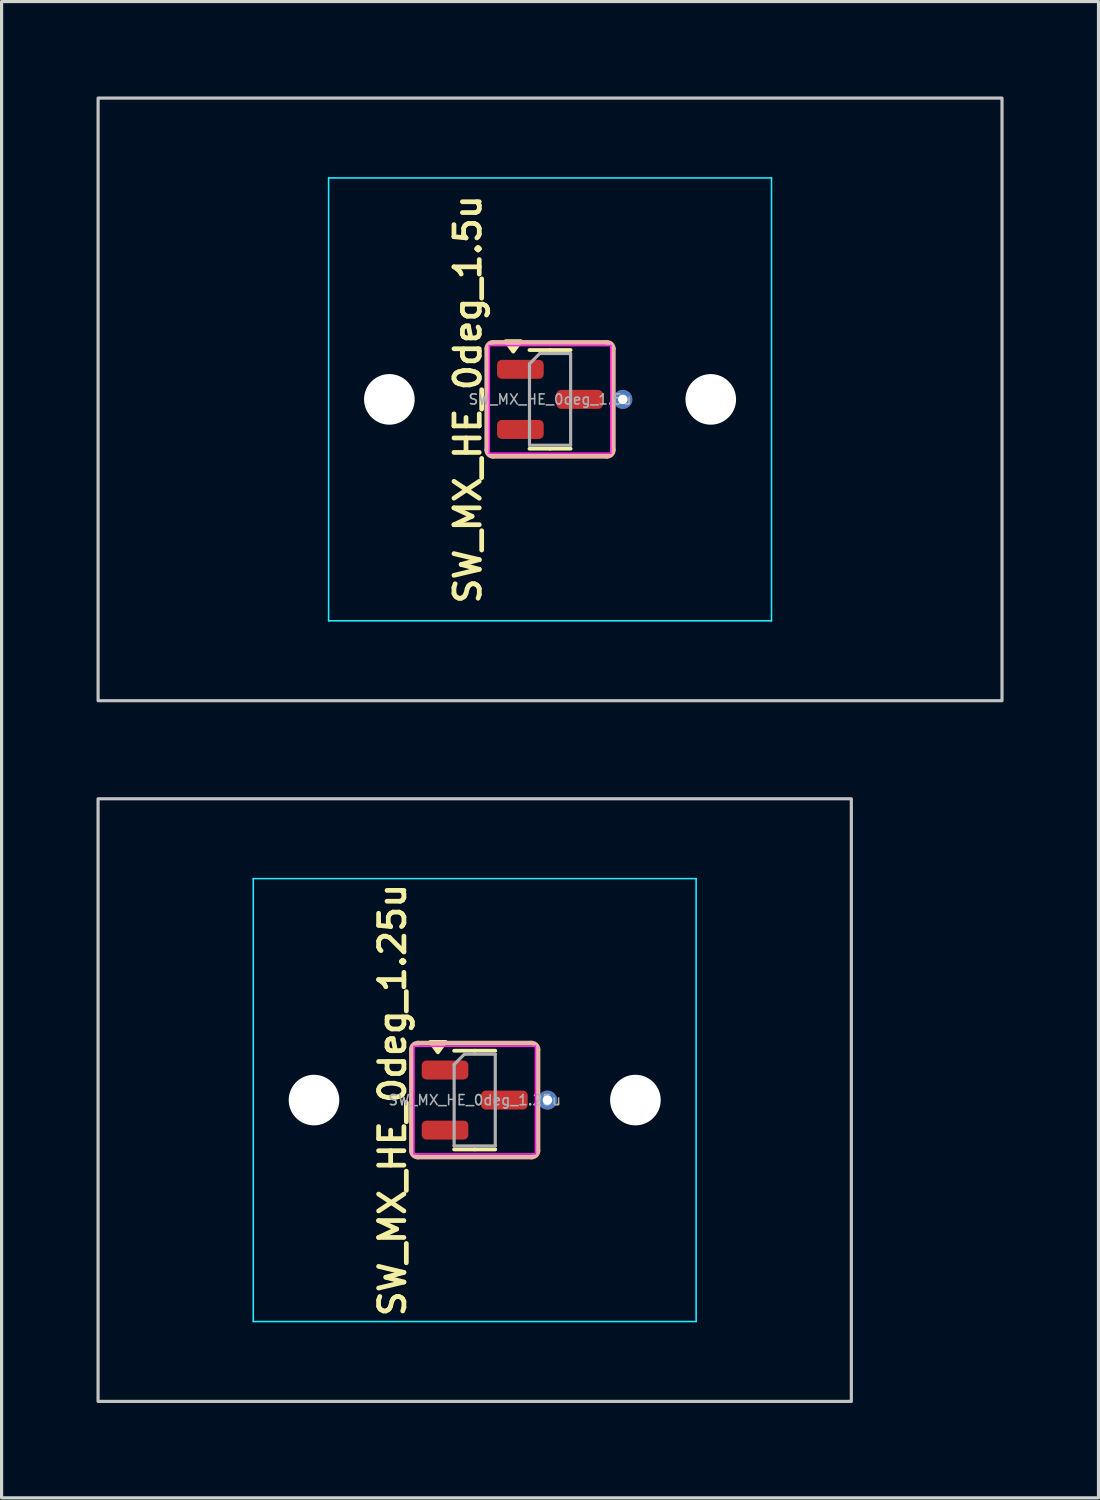
<source format=kicad_pcb>
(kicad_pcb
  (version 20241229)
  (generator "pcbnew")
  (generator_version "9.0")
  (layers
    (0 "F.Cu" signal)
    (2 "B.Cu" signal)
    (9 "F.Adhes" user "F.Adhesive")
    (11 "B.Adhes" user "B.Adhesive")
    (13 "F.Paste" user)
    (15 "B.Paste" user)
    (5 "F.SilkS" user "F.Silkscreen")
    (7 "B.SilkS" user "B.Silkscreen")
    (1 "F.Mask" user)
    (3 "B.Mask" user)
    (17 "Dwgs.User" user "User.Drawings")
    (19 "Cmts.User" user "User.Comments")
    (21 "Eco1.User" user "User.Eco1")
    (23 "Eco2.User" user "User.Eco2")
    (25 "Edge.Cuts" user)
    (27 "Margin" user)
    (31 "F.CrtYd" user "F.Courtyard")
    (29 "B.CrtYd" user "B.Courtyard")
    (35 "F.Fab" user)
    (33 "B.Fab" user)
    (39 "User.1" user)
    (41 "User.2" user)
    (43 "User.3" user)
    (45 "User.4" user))
  (footprint "SW_MX_HE_0deg_1.25u"
    (layer "F.Cu")
    (at 11.956 31.725)
    (property "Reference" "SW_MX_HE_0deg_1.25u" (at -2.6 0 90) (layer "F.SilkS") (effects (font (size 0.8 0.8) (thickness 0.15))))
    (attr smd)
    (fp_line (start 0 -1.56) (end -0.65 -1.56) (stroke (width 0.12) (type solid)) (layer "F.SilkS"))
    (fp_line (start 0 -1.56) (end 0.65 -1.56) (stroke (width 0.12) (type solid)) (layer "F.SilkS"))
    (fp_line (start 0 1.56) (end -0.65 1.56) (stroke (width 0.12) (type solid)) (layer "F.SilkS"))
    (fp_line (start 0 1.56) (end 0.65 1.56) (stroke (width 0.12) (type solid)) (layer "F.SilkS"))
    (fp_poly (pts (xy -1.163 -1.51) (xy -1.403 -1.84) (xy -0.922 -1.84) (xy -1.163 -1.51)) (stroke (width 0.12) (type solid)) (fill yes) (layer "F.SilkS"))
    (fp_line (start -2 -1.6) (end -2 1.6) (stroke (width 0.15) (type default)) (layer "B.SilkS"))
    (fp_line (start -1.8 1.8) (end 1.8 1.8) (stroke (width 0.15) (type default)) (layer "B.SilkS"))
    (fp_line (start 1.8 -1.8) (end -1.8 -1.8) (stroke (width 0.15) (type default)) (layer "B.SilkS"))
    (fp_line (start 2 1.6) (end 2 -1.6) (stroke (width 0.15) (type default)) (layer "B.SilkS"))
    (fp_arc (start -2 -1.6) (mid -1.941421 -1.741421) (end -1.8 -1.8) (stroke (width 0.15) (type default)) (layer "B.SilkS"))
    (fp_arc (start -1.8 1.8) (mid -1.941421 1.741421) (end -2 1.6) (stroke (width 0.15) (type default)) (layer "B.SilkS"))
    (fp_arc (start 1.8 -1.8) (mid 1.941421 -1.741421) (end 2 -1.6) (stroke (width 0.15) (type default)) (layer "B.SilkS"))
    (fp_arc (start 2 1.6) (mid 1.941421 1.741421) (end 1.8 1.8) (stroke (width 0.15) (type default)) (layer "B.SilkS"))
    (fp_rect (start -11.906 -9.525) (end 11.906 9.525) (stroke (width 0.1) (type default)) (fill no) (layer "Dwgs.User"))
    (fp_line (start -7 6.5) (end -7 -6.5) (stroke (width 0.05) (type solid)) (layer "Eco2.User"))
    (fp_line (start -6.5 -7) (end 6.5 -7) (stroke (width 0.05) (type solid)) (layer "Eco2.User"))
    (fp_line (start 6.5 7) (end -6.5 7) (stroke (width 0.05) (type solid)) (layer "Eco2.User"))
    (fp_line (start 7 -6.5) (end 7 6.5) (stroke (width 0.05) (type solid)) (layer "Eco2.User"))
    (fp_arc (start -7 -6.5) (mid -6.853553 -6.853553) (end -6.5 -7) (stroke (width 0.05) (type solid)) (layer "Eco2.User"))
    (fp_arc (start -6.5 7) (mid -6.853553 6.853553) (end -7 6.5) (stroke (width 0.05) (type solid)) (layer "Eco2.User"))
    (fp_arc (start 6.5 -7) (mid 6.853553 -6.853553) (end 7 -6.5) (stroke (width 0.05) (type solid)) (layer "Eco2.User"))
    (fp_arc (start 6.997236 6.498884) (mid 6.850789 6.852437) (end 6.497236 6.998884) (stroke (width 0.05) (type solid)) (layer "Eco2.User"))
    (fp_line (start -7 -7) (end -7 7) (stroke (width 0.05) (type solid)) (layer "B.CrtYd"))
    (fp_line (start -7 7) (end 7 7) (stroke (width 0.05) (type solid)) (layer "B.CrtYd"))
    (fp_line (start 7 -7) (end -7 -7) (stroke (width 0.05) (type solid)) (layer "B.CrtYd"))
    (fp_line (start 7 7) (end 7 -7) (stroke (width 0.05) (type solid)) (layer "B.CrtYd"))
    (fp_line (start -1.92 -1.7) (end -1.92 1.7) (stroke (width 0.05) (type solid)) (layer "F.CrtYd"))
    (fp_line (start -1.92 1.7) (end 1.92 1.7) (stroke (width 0.05) (type solid)) (layer "F.CrtYd"))
    (fp_line (start 1.92 -1.7) (end -1.92 -1.7) (stroke (width 0.05) (type solid)) (layer "F.CrtYd"))
    (fp_line (start 1.92 1.7) (end 1.92 -1.7) (stroke (width 0.05) (type solid)) (layer "F.CrtYd"))
    (fp_line (start -0.65 -1.125) (end -0.325 -1.45) (stroke (width 0.1) (type solid)) (layer "F.Fab"))
    (fp_line (start -0.65 1.45) (end -0.65 -1.125) (stroke (width 0.1) (type solid)) (layer "F.Fab"))
    (fp_line (start -0.325 -1.45) (end 0.65 -1.45) (stroke (width 0.1) (type solid)) (layer "F.Fab"))
    (fp_line (start 0.65 -1.45) (end 0.65 1.45) (stroke (width 0.1) (type solid)) (layer "F.Fab"))
    (fp_line (start 0.65 1.45) (end -0.65 1.45) (stroke (width 0.1) (type solid)) (layer "F.Fab"))
    (fp_text user "${REFERENCE}" (at 0 0 0) (layer "F.Fab") (effects (font (size 0.32 0.32) (thickness 0.05))))
    (pad "" np_thru_hole circle (at -5.08 0) (size 1.6 1.6) (drill 1.7) (layers "*.Cu" "*.Mask"))
    (pad "" np_thru_hole circle (at 5.08 0) (size 1.6 1.6) (drill 1.7) (layers "*.Cu" "*.Mask"))
    (pad "1" smd roundrect (at -0.938 -0.95) (size 1.475 0.6) (layers "F.Cu" "F.Mask" "F.Paste") (roundrect_rratio 0.25))
    (pad "2" smd roundrect (at -0.938 0.95) (size 1.475 0.6) (layers "F.Cu" "F.Mask" "F.Paste") (roundrect_rratio 0.25))
    (pad "3" smd roundrect (at 0.938 0) (size 1.475 0.6) (layers "F.Cu" "F.Mask" "F.Paste") (roundrect_rratio 0.25))
    (pad "3" thru_hole circle (at 2.3 0) (size 0.6 0.6) (drill 0.3) (layers "*.Cu"))
    (zone (net_name "") (layer "F.Cu") (name "HE keepout_bot") (hatch edge 0.5) (connect_pads) (min_thickness 0.25) (filled_areas_thickness no) (keepout (tracks allowed) (vias allowed) (pads allowed) (copperpour not_allowed) (footprints allowed)) (placement (enabled no)) (fill) (polygon (pts (arc (start 13.95625 30.125) (mid 13.897671 29.983579) (end 13.75625 29.925)) (arc (start 10.15625 29.925) (mid 10.014829 29.983579) (end 9.95625 30.125)) (arc (start 9.95625 33.325) (mid 10.014829 33.466421) (end 10.15625 33.525)) (arc (start 13.75625 33.525) (mid 13.897671 33.466421) (end 13.95625 33.325)) (arc (start 13.95625 32.225) (mid 13.897671 32.083579) (end 13.75625 32.025)) (arc (start 12.35625 32.025) (mid 12.214829 31.966421) (end 12.15625 31.825)) (arc (start 12.15625 31.625) (mid 12.214829 31.483579) (end 12.35625 31.425)) (arc (start 13.75625 31.425) (mid 13.897671 31.366421) (end 13.95625 31.225)))))
    (zone (net_name "") (layer "In1.Cu") (name "HE keepout_top") (hatch edge 0.5) (connect_pads) (min_thickness 0.25) (filled_areas_thickness no) (keepout (tracks allowed) (vias allowed) (pads allowed) (copperpour not_allowed) (footprints allowed)) (placement (enabled no)) (fill) (polygon (pts (arc (start 13.95625 30.125) (mid 13.897671 29.983579) (end 13.75625 29.925)) (arc (start 10.15625 29.925) (mid 10.014829 29.983579) (end 9.95625 30.125)) (arc (start 9.95625 33.325) (mid 10.014829 33.466421) (end 10.15625 33.525)) (arc (start 13.75625 33.525) (mid 13.897671 33.466421) (end 13.95625 33.325))))))
  (footprint "SW_MX_HE_0deg_1.5u"
    (layer "F.Cu")
    (at 14.338 9.575)
    (property "Reference" "SW_MX_HE_0deg_1.5u" (at -2.6 0 90) (layer "F.SilkS") (effects (font (size 0.8 0.8) (thickness 0.15))))
    (attr smd)
    (fp_line (start 0 -1.56) (end -0.65 -1.56) (stroke (width 0.12) (type solid)) (layer "F.SilkS"))
    (fp_line (start 0 -1.56) (end 0.65 -1.56) (stroke (width 0.12) (type solid)) (layer "F.SilkS"))
    (fp_line (start 0 1.56) (end -0.65 1.56) (stroke (width 0.12) (type solid)) (layer "F.SilkS"))
    (fp_line (start 0 1.56) (end 0.65 1.56) (stroke (width 0.12) (type solid)) (layer "F.SilkS"))
    (fp_poly (pts (xy -1.163 -1.51) (xy -1.403 -1.84) (xy -0.922 -1.84) (xy -1.163 -1.51)) (stroke (width 0.12) (type solid)) (fill yes) (layer "F.SilkS"))
    (fp_line (start -2 -1.6) (end -2 1.6) (stroke (width 0.15) (type default)) (layer "B.SilkS"))
    (fp_line (start -1.8 1.8) (end 1.8 1.8) (stroke (width 0.15) (type default)) (layer "B.SilkS"))
    (fp_line (start 1.8 -1.8) (end -1.8 -1.8) (stroke (width 0.15) (type default)) (layer "B.SilkS"))
    (fp_line (start 2 1.6) (end 2 -1.6) (stroke (width 0.15) (type default)) (layer "B.SilkS"))
    (fp_arc (start -2 -1.6) (mid -1.941421 -1.741421) (end -1.8 -1.8) (stroke (width 0.15) (type default)) (layer "B.SilkS"))
    (fp_arc (start -1.8 1.8) (mid -1.941421 1.741421) (end -2 1.6) (stroke (width 0.15) (type default)) (layer "B.SilkS"))
    (fp_arc (start 1.8 -1.8) (mid 1.941421 -1.741421) (end 2 -1.6) (stroke (width 0.15) (type default)) (layer "B.SilkS"))
    (fp_arc (start 2 1.6) (mid 1.941421 1.741421) (end 1.8 1.8) (stroke (width 0.15) (type default)) (layer "B.SilkS"))
    (fp_rect (start -14.287 -9.525) (end 14.287 9.525) (stroke (width 0.1) (type default)) (fill no) (layer "Dwgs.User"))
    (fp_line (start -7 6.5) (end -7 -6.5) (stroke (width 0.05) (type solid)) (layer "Eco2.User"))
    (fp_line (start -6.5 -7) (end 6.5 -7) (stroke (width 0.05) (type solid)) (layer "Eco2.User"))
    (fp_line (start 6.5 7) (end -6.5 7) (stroke (width 0.05) (type solid)) (layer "Eco2.User"))
    (fp_line (start 7 -6.5) (end 7 6.5) (stroke (width 0.05) (type solid)) (layer "Eco2.User"))
    (fp_arc (start -7 -6.5) (mid -6.853553 -6.853553) (end -6.5 -7) (stroke (width 0.05) (type solid)) (layer "Eco2.User"))
    (fp_arc (start -6.5 7) (mid -6.853553 6.853553) (end -7 6.5) (stroke (width 0.05) (type solid)) (layer "Eco2.User"))
    (fp_arc (start 6.5 -7) (mid 6.853553 -6.853553) (end 7 -6.5) (stroke (width 0.05) (type solid)) (layer "Eco2.User"))
    (fp_arc (start 6.997236 6.498884) (mid 6.850789 6.852437) (end 6.497236 6.998884) (stroke (width 0.05) (type solid)) (layer "Eco2.User"))
    (fp_line (start -7 -7) (end -7 7) (stroke (width 0.05) (type solid)) (layer "B.CrtYd"))
    (fp_line (start -7 7) (end 7 7) (stroke (width 0.05) (type solid)) (layer "B.CrtYd"))
    (fp_line (start 7 -7) (end -7 -7) (stroke (width 0.05) (type solid)) (layer "B.CrtYd"))
    (fp_line (start 7 7) (end 7 -7) (stroke (width 0.05) (type solid)) (layer "B.CrtYd"))
    (fp_line (start -1.92 -1.7) (end -1.92 1.7) (stroke (width 0.05) (type solid)) (layer "F.CrtYd"))
    (fp_line (start -1.92 1.7) (end 1.92 1.7) (stroke (width 0.05) (type solid)) (layer "F.CrtYd"))
    (fp_line (start 1.92 -1.7) (end -1.92 -1.7) (stroke (width 0.05) (type solid)) (layer "F.CrtYd"))
    (fp_line (start 1.92 1.7) (end 1.92 -1.7) (stroke (width 0.05) (type solid)) (layer "F.CrtYd"))
    (fp_line (start -0.65 -1.125) (end -0.325 -1.45) (stroke (width 0.1) (type solid)) (layer "F.Fab"))
    (fp_line (start -0.65 1.45) (end -0.65 -1.125) (stroke (width 0.1) (type solid)) (layer "F.Fab"))
    (fp_line (start -0.325 -1.45) (end 0.65 -1.45) (stroke (width 0.1) (type solid)) (layer "F.Fab"))
    (fp_line (start 0.65 -1.45) (end 0.65 1.45) (stroke (width 0.1) (type solid)) (layer "F.Fab"))
    (fp_line (start 0.65 1.45) (end -0.65 1.45) (stroke (width 0.1) (type solid)) (layer "F.Fab"))
    (fp_text user "${REFERENCE}" (at 0 0 0) (layer "F.Fab") (effects (font (size 0.32 0.32) (thickness 0.05))))
    (pad "" np_thru_hole circle (at -5.08 0) (size 1.6 1.6) (drill 1.7) (layers "*.Cu" "*.Mask"))
    (pad "" np_thru_hole circle (at 5.08 0) (size 1.6 1.6) (drill 1.7) (layers "*.Cu" "*.Mask"))
    (pad "1" smd roundrect (at -0.938 -0.95) (size 1.475 0.6) (layers "F.Cu" "F.Mask" "F.Paste") (roundrect_rratio 0.25))
    (pad "2" smd roundrect (at -0.938 0.95) (size 1.475 0.6) (layers "F.Cu" "F.Mask" "F.Paste") (roundrect_rratio 0.25))
    (pad "3" smd roundrect (at 0.938 0) (size 1.475 0.6) (layers "F.Cu" "F.Mask" "F.Paste") (roundrect_rratio 0.25))
    (pad "3" thru_hole circle (at 2.3 0) (size 0.6 0.6) (drill 0.3) (layers "*.Cu"))
    (zone (net_name "") (layer "F.Cu") (name "HE keepout_bot") (hatch edge 0.5) (connect_pads) (min_thickness 0.25) (filled_areas_thickness no) (keepout (tracks allowed) (vias allowed) (pads allowed) (copperpour not_allowed) (footprints allowed)) (placement (enabled no)) (fill) (polygon (pts (arc (start 16.3375 7.975) (mid 16.278921 7.833579) (end 16.1375 7.775)) (arc (start 12.5375 7.775) (mid 12.396079 7.833579) (end 12.3375 7.975)) (arc (start 12.3375 11.175) (mid 12.396079 11.316421) (end 12.5375 11.375)) (arc (start 16.1375 11.375) (mid 16.278921 11.316421) (end 16.3375 11.175)) (arc (start 16.3375 10.075) (mid 16.278921 9.933579) (end 16.1375 9.875)) (arc (start 14.7375 9.875) (mid 14.596079 9.816421) (end 14.5375 9.675)) (arc (start 14.5375 9.475) (mid 14.596079 9.333579) (end 14.7375 9.275)) (arc (start 16.1375 9.275) (mid 16.278921 9.216421) (end 16.3375 9.075)))))
    (zone (net_name "") (layer "In1.Cu") (name "HE keepout_top") (hatch edge 0.5) (connect_pads) (min_thickness 0.25) (filled_areas_thickness no) (keepout (tracks allowed) (vias allowed) (pads allowed) (copperpour not_allowed) (footprints allowed)) (placement (enabled no)) (fill) (polygon (pts (arc (start 16.3375 7.975) (mid 16.278921 7.833579) (end 16.1375 7.775)) (arc (start 12.5375 7.775) (mid 12.396079 7.833579) (end 12.3375 7.975)) (arc (start 12.3375 11.175) (mid 12.396079 11.316421) (end 12.5375 11.375)) (arc (start 16.1375 11.375) (mid 16.278921 11.316421) (end 16.3375 11.175))))))
  (gr_rect
    (start -3 -3)
    (end 31.675 44.3)
    (stroke (width 0.1) (type default))
    (fill no)
    (layer "Edge.Cuts")))
</source>
